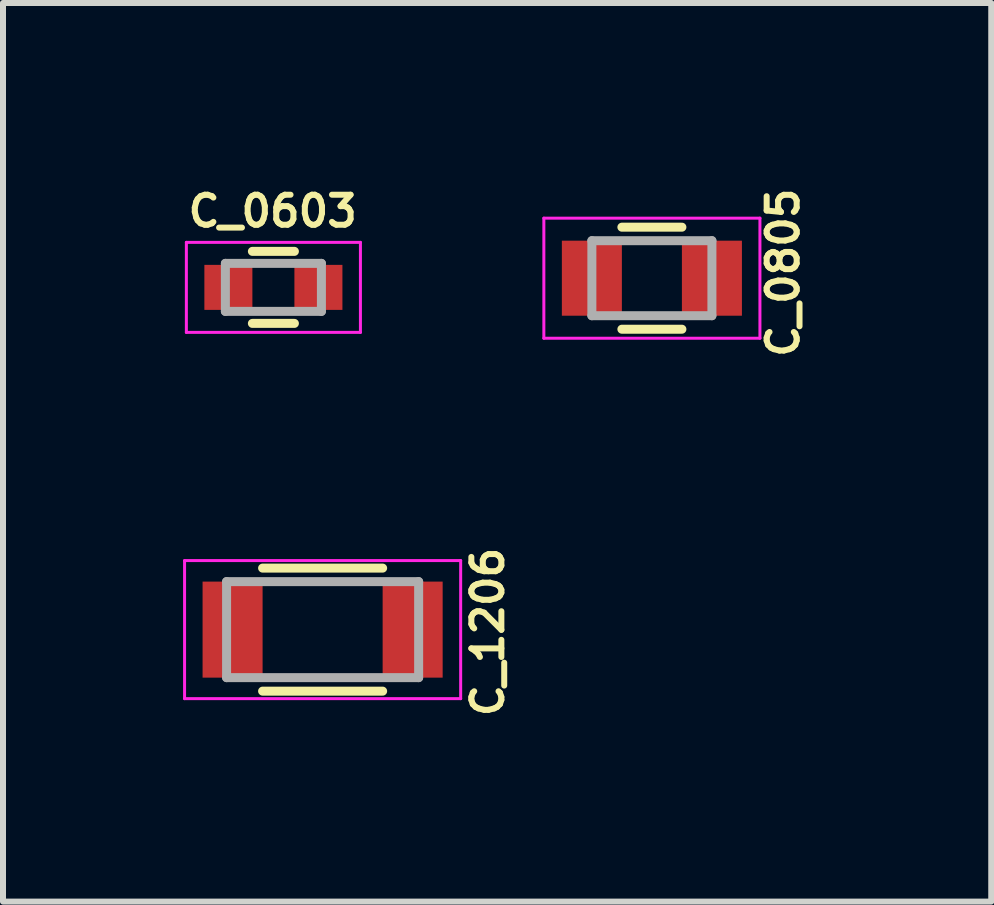
<source format=kicad_pcb>
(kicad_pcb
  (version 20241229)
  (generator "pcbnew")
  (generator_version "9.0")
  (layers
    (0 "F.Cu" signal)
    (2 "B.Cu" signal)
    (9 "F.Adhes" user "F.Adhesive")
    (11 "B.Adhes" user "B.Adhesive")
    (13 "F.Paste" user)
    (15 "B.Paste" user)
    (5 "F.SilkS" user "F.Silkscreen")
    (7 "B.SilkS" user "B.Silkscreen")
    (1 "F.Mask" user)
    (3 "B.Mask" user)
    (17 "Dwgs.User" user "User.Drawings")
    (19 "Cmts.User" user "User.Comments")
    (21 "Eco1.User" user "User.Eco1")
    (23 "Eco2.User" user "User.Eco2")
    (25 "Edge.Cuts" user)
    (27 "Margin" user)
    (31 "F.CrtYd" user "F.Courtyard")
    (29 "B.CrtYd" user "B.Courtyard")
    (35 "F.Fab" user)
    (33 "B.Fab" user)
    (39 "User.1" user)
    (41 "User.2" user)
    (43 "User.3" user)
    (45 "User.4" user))
  (footprint "C_1206"
    (layer "F.Cu")
    (at 2.325 7.44)
    (property "Reference" "C_1206" (at 2.752 0.039 90) (layer "F.SilkS") (effects (font (size 0.5 0.5) (thickness 0.1))))
    (attr smd)
    (fp_line (start -1 1.025) (end 1 1.025) (stroke (width 0.15) (type solid)) (layer "F.SilkS"))
    (fp_line (start 1 -1.025) (end -1 -1.025) (stroke (width 0.15) (type solid)) (layer "F.SilkS"))
    (fp_line (start -2.3 -1.15) (end -2.3 1.15) (stroke (width 0.05) (type solid)) (layer "F.CrtYd"))
    (fp_line (start -2.3 -1.15) (end 2.3 -1.15) (stroke (width 0.05) (type solid)) (layer "F.CrtYd"))
    (fp_line (start -2.3 1.15) (end 2.3 1.15) (stroke (width 0.05) (type solid)) (layer "F.CrtYd"))
    (fp_line (start 2.3 -1.15) (end 2.3 1.15) (stroke (width 0.05) (type solid)) (layer "F.CrtYd"))
    (fp_line (start -1.6 -0.8) (end 1.6 -0.8) (stroke (width 0.15) (type solid)) (layer "F.Fab"))
    (fp_line (start -1.6 0.8) (end -1.6 -0.8) (stroke (width 0.15) (type solid)) (layer "F.Fab"))
    (fp_line (start 1.6 -0.8) (end 1.6 0.8) (stroke (width 0.15) (type solid)) (layer "F.Fab"))
    (fp_line (start 1.6 0.8) (end -1.6 0.8) (stroke (width 0.15) (type solid)) (layer "F.Fab"))
    (pad "1" smd rect (at -1.5 0) (size 1 1.6) (layers "F.Cu" "F.Mask" "F.Paste"))
    (pad "2" smd rect (at 1.5 0) (size 1 1.6) (layers "F.Cu" "F.Mask" "F.Paste")))
  (footprint "C_0603"
    (layer "F.Cu")
    (at 1.505 1.738)
    (property "Reference" "C_0603" (at -0.012 -1.27 0) (layer "F.SilkS") (effects (font (size 0.5 0.5) (thickness 0.1))))
    (attr smd)
    (fp_line (start -0.35 -0.6) (end 0.35 -0.6) (stroke (width 0.15) (type solid)) (layer "F.SilkS"))
    (fp_line (start 0.35 0.6) (end -0.35 0.6) (stroke (width 0.15) (type solid)) (layer "F.SilkS"))
    (fp_line (start -1.45 -0.75) (end -1.45 0.75) (stroke (width 0.05) (type solid)) (layer "F.CrtYd"))
    (fp_line (start -1.45 -0.75) (end 1.45 -0.75) (stroke (width 0.05) (type solid)) (layer "F.CrtYd"))
    (fp_line (start -1.45 0.75) (end 1.45 0.75) (stroke (width 0.05) (type solid)) (layer "F.CrtYd"))
    (fp_line (start 1.45 -0.75) (end 1.45 0.75) (stroke (width 0.05) (type solid)) (layer "F.CrtYd"))
    (fp_line (start -0.8 -0.4) (end 0.8 -0.4) (stroke (width 0.15) (type solid)) (layer "F.Fab"))
    (fp_line (start -0.8 0.4) (end -0.8 -0.4) (stroke (width 0.15) (type solid)) (layer "F.Fab"))
    (fp_line (start 0.8 -0.4) (end 0.8 0.4) (stroke (width 0.15) (type solid)) (layer "F.Fab"))
    (fp_line (start 0.8 0.4) (end -0.8 0.4) (stroke (width 0.15) (type solid)) (layer "F.Fab"))
    (pad "1" smd rect (at -0.75 0) (size 0.8 0.75) (layers "F.Cu" "F.Mask" "F.Paste"))
    (pad "2" smd rect (at 0.75 0) (size 0.8 0.75) (layers "F.Cu" "F.Mask" "F.Paste")))
  (footprint "C_0805"
    (layer "F.Cu")
    (at 7.811 1.585)
    (property "Reference" "C_0805" (at 2.186 -0.092 90) (layer "F.SilkS") (effects (font (size 0.5 0.5) (thickness 0.1))))
    (attr smd)
    (fp_line (start -0.5 0.85) (end 0.5 0.85) (stroke (width 0.15) (type solid)) (layer "F.SilkS"))
    (fp_line (start 0.5 -0.85) (end -0.5 -0.85) (stroke (width 0.15) (type solid)) (layer "F.SilkS"))
    (fp_line (start -1.8 -1) (end -1.8 1) (stroke (width 0.05) (type solid)) (layer "F.CrtYd"))
    (fp_line (start -1.8 -1) (end 1.8 -1) (stroke (width 0.05) (type solid)) (layer "F.CrtYd"))
    (fp_line (start -1.8 1) (end 1.8 1) (stroke (width 0.05) (type solid)) (layer "F.CrtYd"))
    (fp_line (start 1.8 -1) (end 1.8 1) (stroke (width 0.05) (type solid)) (layer "F.CrtYd"))
    (fp_line (start -1 -0.625) (end 1 -0.625) (stroke (width 0.15) (type solid)) (layer "F.Fab"))
    (fp_line (start -1 0.625) (end -1 -0.625) (stroke (width 0.15) (type solid)) (layer "F.Fab"))
    (fp_line (start 1 -0.625) (end 1 0.625) (stroke (width 0.15) (type solid)) (layer "F.Fab"))
    (fp_line (start 1 0.625) (end -1 0.625) (stroke (width 0.15) (type solid)) (layer "F.Fab"))
    (pad "1" smd rect (at -1 0) (size 1 1.25) (layers "F.Cu" "F.Mask" "F.Paste"))
    (pad "2" smd rect (at 1 0) (size 1 1.25) (layers "F.Cu" "F.Mask" "F.Paste")))
  (gr_rect
    (start -3 -3)
    (end 13.465 11.971)
    (stroke (width 0.1) (type default))
    (fill no)
    (layer "Edge.Cuts")))
</source>
